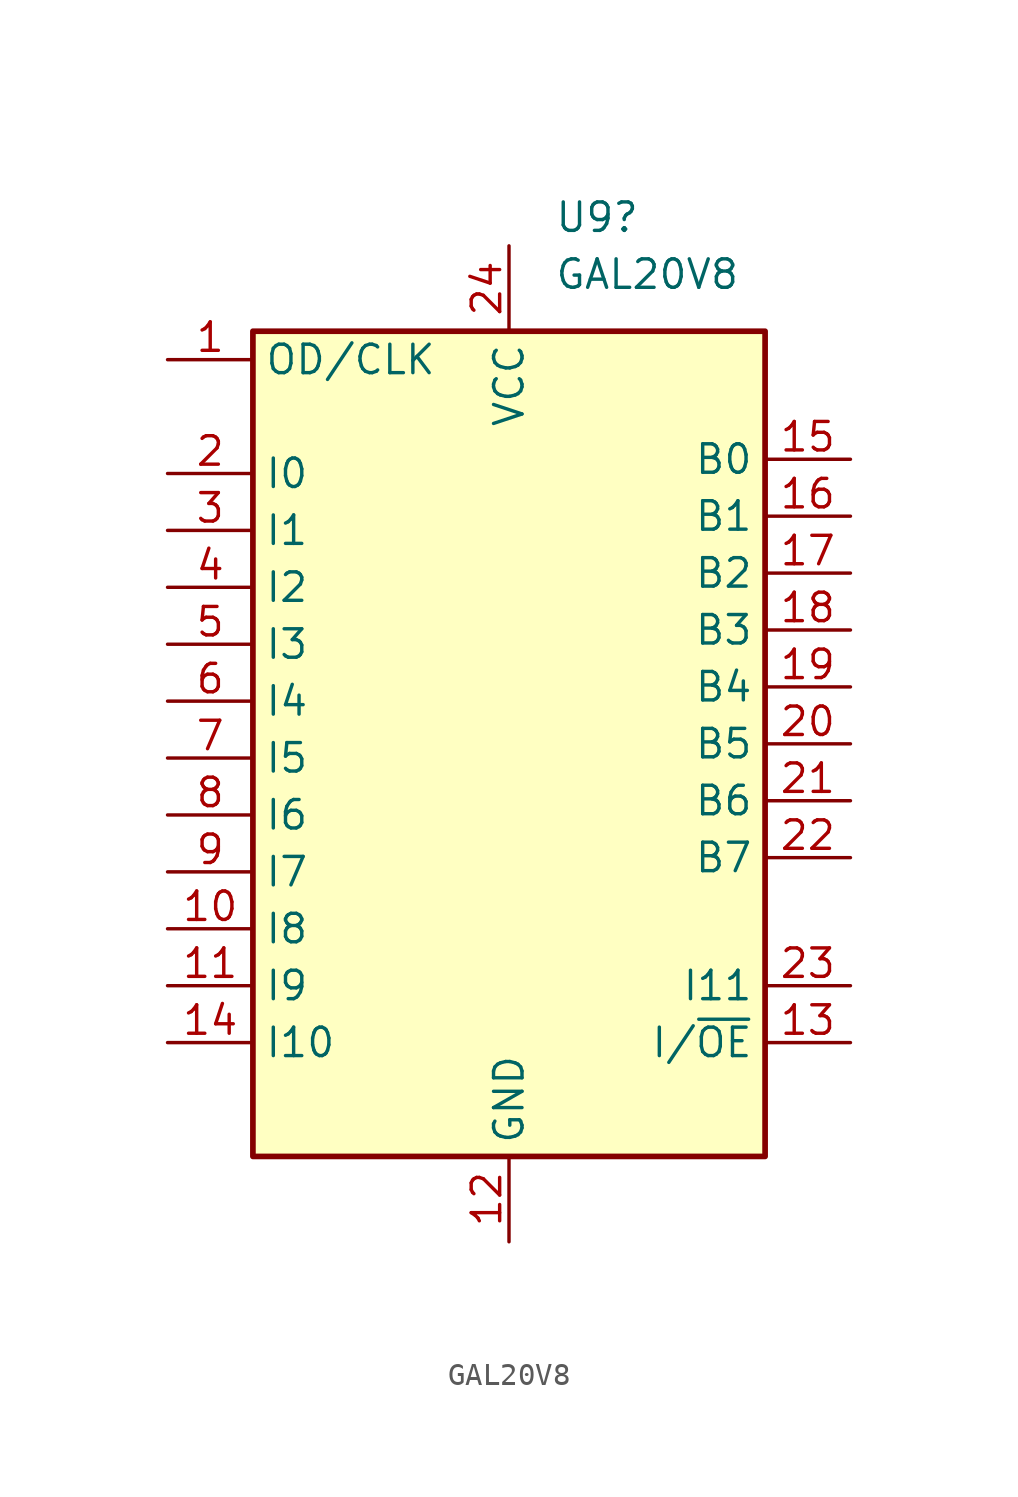
<source format=kicad_sym>
(kicad_symbol_lib
  (version 20211014)
  (generator kicad_symbol_editor)
  (symbol "GAL20V8"
    (property "Reference" "U9"
      (at 3.289 15.24 0)
      (effects (font (size 1.27 1.27)) (justify left)))
    (property "Value" "GAL20V8"
      (at 3.289 12.7 0)
      (effects (font (size 1.27 1.27)) (justify left)))
    (symbol "GAL20V8_0_1"
      (rectangle (start -10.16 10.16) (end 12.7 -26.67) (stroke (width 0.254) (type default) (color 0 0 0 0)) (fill (type background))))
    (symbol "GAL20V8_1_1"
      (pin passive line (at -13.97 8.89 0) (length 3.81) (name "OD/CLK" (effects (font (size 1.27 1.27)))) (number "1" (effects (font (size 1.27 1.27)))))
      (pin passive line (at -13.97 -16.51 0) (length 3.81) (name "I8" (effects (font (size 1.27 1.27)))) (number "10" (effects (font (size 1.27 1.27)))))
      (pin passive line (at -13.97 -19.05 0) (length 3.81) (name "I9" (effects (font (size 1.27 1.27)))) (number "11" (effects (font (size 1.27 1.27)))))
      (pin passive line (at 1.27 -30.48 90) (length 3.81) (name "GND" (effects (font (size 1.27 1.27)))) (number "12" (effects (font (size 1.27 1.27)))))
      (pin passive line (at 16.51 -21.59 180) (length 3.81) (name "I/~{OE}" (effects (font (size 1.27 1.27)))) (number "13" (effects (font (size 1.27 1.27)))))
      (pin passive line (at -13.97 -21.59 0) (length 3.81) (name "I10" (effects (font (size 1.27 1.27)))) (number "14" (effects (font (size 1.27 1.27)))))
      (pin passive line (at 16.51 4.445 180) (length 3.81) (name "B0" (effects (font (size 1.27 1.27)))) (number "15" (effects (font (size 1.27 1.27)))))
      (pin passive line (at 16.51 1.905 180) (length 3.81) (name "B1" (effects (font (size 1.27 1.27)))) (number "16" (effects (font (size 1.27 1.27)))))
      (pin passive line (at 16.51 -0.635 180) (length 3.81) (name "B2" (effects (font (size 1.27 1.27)))) (number "17" (effects (font (size 1.27 1.27)))))
      (pin passive line (at 16.51 -3.175 180) (length 3.81) (name "B3" (effects (font (size 1.27 1.27)))) (number "18" (effects (font (size 1.27 1.27)))))
      (pin passive line (at 16.51 -5.715 180) (length 3.81) (name "B4" (effects (font (size 1.27 1.27)))) (number "19" (effects (font (size 1.27 1.27)))))
      (pin passive line (at -13.97 3.81 0) (length 3.81) (name "I0" (effects (font (size 1.27 1.27)))) (number "2" (effects (font (size 1.27 1.27)))))
      (pin passive line (at 16.51 -8.255 180) (length 3.81) (name "B5" (effects (font (size 1.27 1.27)))) (number "20" (effects (font (size 1.27 1.27)))))
      (pin passive line (at 16.51 -10.795 180) (length 3.81) (name "B6" (effects (font (size 1.27 1.27)))) (number "21" (effects (font (size 1.27 1.27)))))
      (pin passive line (at 16.51 -13.335 180) (length 3.81) (name "B7" (effects (font (size 1.27 1.27)))) (number "22" (effects (font (size 1.27 1.27)))))
      (pin passive line (at 16.51 -19.05 180) (length 3.81) (name "I11" (effects (font (size 1.27 1.27)))) (number "23" (effects (font (size 1.27 1.27)))))
      (pin passive line (at 1.27 13.97 270) (length 3.81) (name "VCC" (effects (font (size 1.27 1.27)))) (number "24" (effects (font (size 1.27 1.27)))))
      (pin passive line (at -13.97 1.27 0) (length 3.81) (name "I1" (effects (font (size 1.27 1.27)))) (number "3" (effects (font (size 1.27 1.27)))))
      (pin passive line (at -13.97 -1.27 0) (length 3.81) (name "I2" (effects (font (size 1.27 1.27)))) (number "4" (effects (font (size 1.27 1.27)))))
      (pin passive line (at -13.97 -3.81 0) (length 3.81) (name "I3" (effects (font (size 1.27 1.27)))) (number "5" (effects (font (size 1.27 1.27)))))
      (pin passive line (at -13.97 -6.35 0) (length 3.81) (name "I4" (effects (font (size 1.27 1.27)))) (number "6" (effects (font (size 1.27 1.27)))))
      (pin passive line (at -13.97 -8.89 0) (length 3.81) (name "I5" (effects (font (size 1.27 1.27)))) (number "7" (effects (font (size 1.27 1.27)))))
      (pin passive line (at -13.97 -11.43 0) (length 3.81) (name "I6" (effects (font (size 1.27 1.27)))) (number "8" (effects (font (size 1.27 1.27)))))
      (pin passive line (at -13.97 -13.97 0) (length 3.81) (name "I7" (effects (font (size 1.27 1.27)))) (number "9" (effects (font (size 1.27 1.27))))))))
</source>
